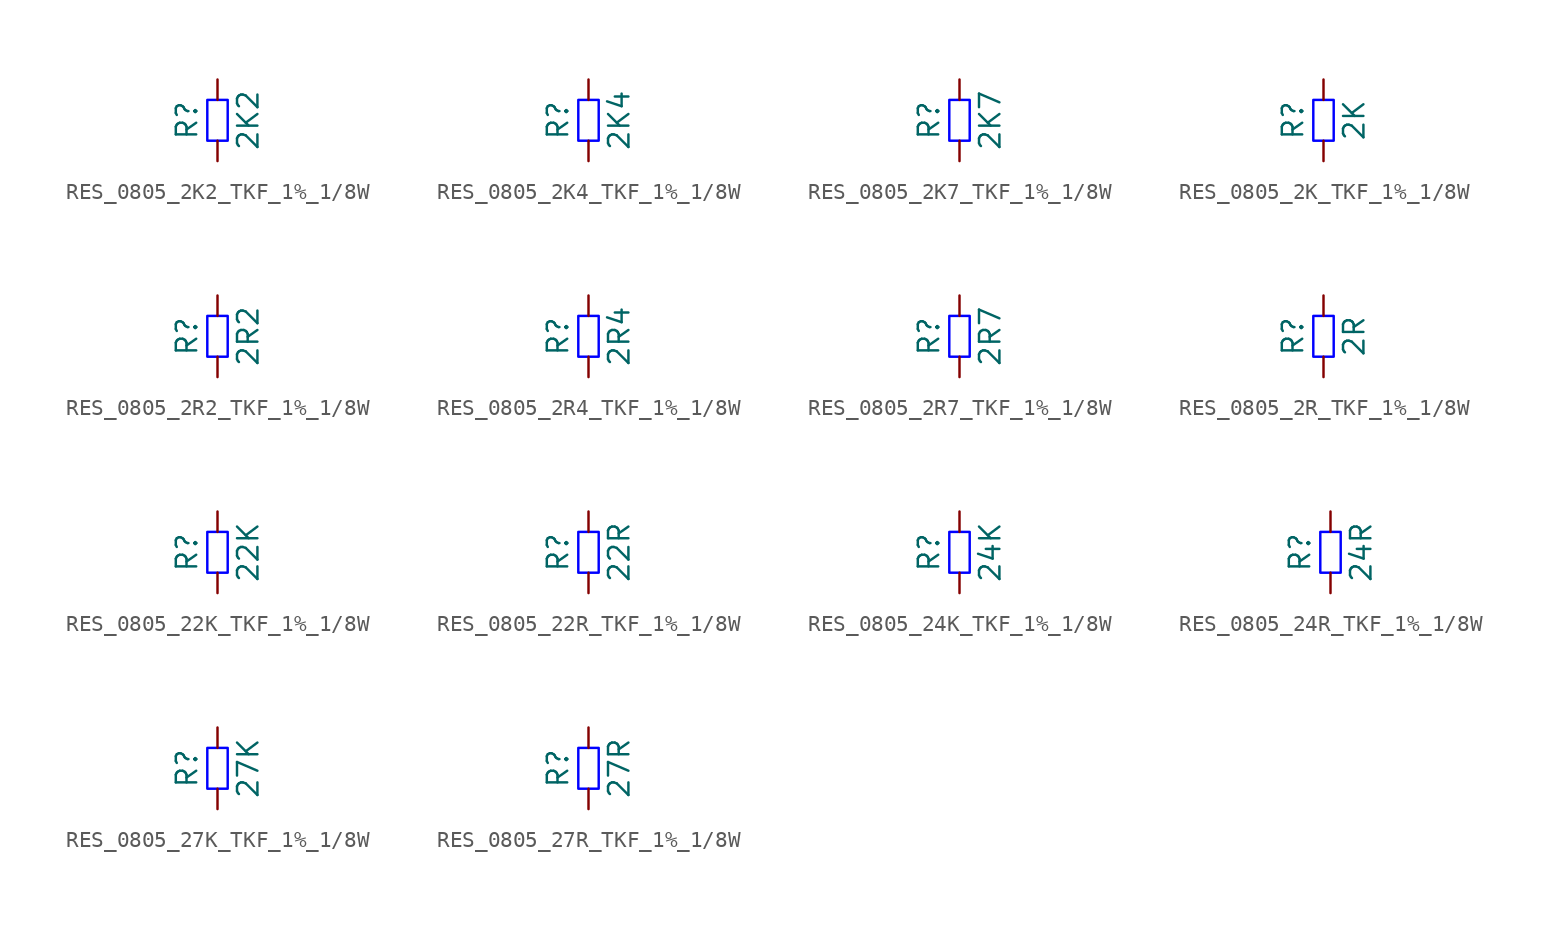
<source format=kicad_sym>
(kicad_symbol_lib
  (version 20220914)
  (generator kicad_symbol_editor)
  (symbol "RES_0805_2K2_TKF_1%_1/8W"
    (pin_numbers hide)
    (pin_names
      (offset 0) hide)
    (property "Reference" "R"
      (at -1.905 0 90)
      (do_not_autoplace)
      (effects (font (size 1.27 1.27))))
    (property "Value" "2K2"
      (at 1.905 0 90)
      (do_not_autoplace)
      (effects (font (size 1.27 1.27))))
    (symbol "RES_0805_2K2_TKF_1%_1/8W_1_1"
      (rectangle (start -0.635 -1.27) (end 0.635 1.27) (stroke (width 0) (type solid) (color 0 0 255 1)) (fill (type none)))
      (pin passive line (at 0 -2.54 90) (length 1.27) (name "~" (effects (font (size 1.27 1.27)))) (number "1" (effects (font (size 1.27 1.27)))))
      (pin passive line (at 0 2.54 270) (length 1.27) (name "~" (effects (font (size 1.27 1.27)))) (number "2" (effects (font (size 1.27 1.27)))))))
  (symbol "RES_0805_2K4_TKF_1%_1/8W"
    (pin_numbers hide)
    (pin_names
      (offset 0) hide)
    (property "Reference" "R"
      (at -1.905 0 90)
      (do_not_autoplace)
      (effects (font (size 1.27 1.27))))
    (property "Value" "2K4"
      (at 1.905 0 90)
      (do_not_autoplace)
      (effects (font (size 1.27 1.27))))
    (symbol "RES_0805_2K4_TKF_1%_1/8W_1_1"
      (rectangle (start -0.635 -1.27) (end 0.635 1.27) (stroke (width 0) (type solid) (color 0 0 255 1)) (fill (type none)))
      (pin passive line (at 0 -2.54 90) (length 1.27) (name "~" (effects (font (size 1.27 1.27)))) (number "1" (effects (font (size 1.27 1.27)))))
      (pin passive line (at 0 2.54 270) (length 1.27) (name "~" (effects (font (size 1.27 1.27)))) (number "2" (effects (font (size 1.27 1.27)))))))
  (symbol "RES_0805_2K7_TKF_1%_1/8W"
    (pin_numbers hide)
    (pin_names
      (offset 0) hide)
    (property "Reference" "R"
      (at -1.905 0 90)
      (do_not_autoplace)
      (effects (font (size 1.27 1.27))))
    (property "Value" "2K7"
      (at 1.905 0 90)
      (do_not_autoplace)
      (effects (font (size 1.27 1.27))))
    (symbol "RES_0805_2K7_TKF_1%_1/8W_1_1"
      (rectangle (start -0.635 -1.27) (end 0.635 1.27) (stroke (width 0) (type solid) (color 0 0 255 1)) (fill (type none)))
      (pin passive line (at 0 -2.54 90) (length 1.27) (name "~" (effects (font (size 1.27 1.27)))) (number "1" (effects (font (size 1.27 1.27)))))
      (pin passive line (at 0 2.54 270) (length 1.27) (name "~" (effects (font (size 1.27 1.27)))) (number "2" (effects (font (size 1.27 1.27)))))))
  (symbol "RES_0805_2K_TKF_1%_1/8W"
    (pin_numbers hide)
    (pin_names
      (offset 0) hide)
    (property "Reference" "R"
      (at -1.905 0 90)
      (do_not_autoplace)
      (effects (font (size 1.27 1.27))))
    (property "Value" "2K"
      (at 1.905 0 90)
      (do_not_autoplace)
      (effects (font (size 1.27 1.27))))
    (symbol "RES_0805_2K_TKF_1%_1/8W_1_1"
      (rectangle (start -0.635 -1.27) (end 0.635 1.27) (stroke (width 0) (type solid) (color 0 0 255 1)) (fill (type none)))
      (pin passive line (at 0 -2.54 90) (length 1.27) (name "~" (effects (font (size 1.27 1.27)))) (number "1" (effects (font (size 1.27 1.27)))))
      (pin passive line (at 0 2.54 270) (length 1.27) (name "~" (effects (font (size 1.27 1.27)))) (number "2" (effects (font (size 1.27 1.27)))))))
  (symbol "RES_0805_2R2_TKF_1%_1/8W"
    (pin_numbers hide)
    (pin_names
      (offset 0) hide)
    (property "Reference" "R"
      (at -1.905 0 90)
      (do_not_autoplace)
      (effects (font (size 1.27 1.27))))
    (property "Value" "2R2"
      (at 1.905 0 90)
      (do_not_autoplace)
      (effects (font (size 1.27 1.27))))
    (symbol "RES_0805_2R2_TKF_1%_1/8W_1_1"
      (rectangle (start -0.635 -1.27) (end 0.635 1.27) (stroke (width 0) (type solid) (color 0 0 255 1)) (fill (type none)))
      (pin passive line (at 0 -2.54 90) (length 1.27) (name "~" (effects (font (size 1.27 1.27)))) (number "1" (effects (font (size 1.27 1.27)))))
      (pin passive line (at 0 2.54 270) (length 1.27) (name "~" (effects (font (size 1.27 1.27)))) (number "2" (effects (font (size 1.27 1.27)))))))
  (symbol "RES_0805_2R4_TKF_1%_1/8W"
    (pin_numbers hide)
    (pin_names
      (offset 0) hide)
    (property "Reference" "R"
      (at -1.905 0 90)
      (do_not_autoplace)
      (effects (font (size 1.27 1.27))))
    (property "Value" "2R4"
      (at 1.905 0 90)
      (do_not_autoplace)
      (effects (font (size 1.27 1.27))))
    (symbol "RES_0805_2R4_TKF_1%_1/8W_1_1"
      (rectangle (start -0.635 -1.27) (end 0.635 1.27) (stroke (width 0) (type solid) (color 0 0 255 1)) (fill (type none)))
      (pin passive line (at 0 -2.54 90) (length 1.27) (name "~" (effects (font (size 1.27 1.27)))) (number "1" (effects (font (size 1.27 1.27)))))
      (pin passive line (at 0 2.54 270) (length 1.27) (name "~" (effects (font (size 1.27 1.27)))) (number "2" (effects (font (size 1.27 1.27)))))))
  (symbol "RES_0805_2R7_TKF_1%_1/8W"
    (pin_numbers hide)
    (pin_names
      (offset 0) hide)
    (property "Reference" "R"
      (at -1.905 0 90)
      (do_not_autoplace)
      (effects (font (size 1.27 1.27))))
    (property "Value" "2R7"
      (at 1.905 0 90)
      (do_not_autoplace)
      (effects (font (size 1.27 1.27))))
    (symbol "RES_0805_2R7_TKF_1%_1/8W_1_1"
      (rectangle (start -0.635 -1.27) (end 0.635 1.27) (stroke (width 0) (type solid) (color 0 0 255 1)) (fill (type none)))
      (pin passive line (at 0 -2.54 90) (length 1.27) (name "~" (effects (font (size 1.27 1.27)))) (number "1" (effects (font (size 1.27 1.27)))))
      (pin passive line (at 0 2.54 270) (length 1.27) (name "~" (effects (font (size 1.27 1.27)))) (number "2" (effects (font (size 1.27 1.27)))))))
  (symbol "RES_0805_2R_TKF_1%_1/8W"
    (pin_numbers hide)
    (pin_names
      (offset 0) hide)
    (property "Reference" "R"
      (at -1.905 0 90)
      (do_not_autoplace)
      (effects (font (size 1.27 1.27))))
    (property "Value" "2R"
      (at 1.905 0 90)
      (do_not_autoplace)
      (effects (font (size 1.27 1.27))))
    (symbol "RES_0805_2R_TKF_1%_1/8W_1_1"
      (rectangle (start -0.635 -1.27) (end 0.635 1.27) (stroke (width 0) (type solid) (color 0 0 255 1)) (fill (type none)))
      (pin passive line (at 0 -2.54 90) (length 1.27) (name "~" (effects (font (size 1.27 1.27)))) (number "1" (effects (font (size 1.27 1.27)))))
      (pin passive line (at 0 2.54 270) (length 1.27) (name "~" (effects (font (size 1.27 1.27)))) (number "2" (effects (font (size 1.27 1.27)))))))
  (symbol "RES_0805_22K_TKF_1%_1/8W"
    (pin_numbers hide)
    (pin_names
      (offset 0) hide)
    (property "Reference" "R"
      (at -1.905 0 90)
      (do_not_autoplace)
      (effects (font (size 1.27 1.27))))
    (property "Value" "22K"
      (at 1.905 0 90)
      (do_not_autoplace)
      (effects (font (size 1.27 1.27))))
    (symbol "RES_0805_22K_TKF_1%_1/8W_1_1"
      (rectangle (start -0.635 -1.27) (end 0.635 1.27) (stroke (width 0) (type solid) (color 0 0 255 1)) (fill (type none)))
      (pin passive line (at 0 -2.54 90) (length 1.27) (name "~" (effects (font (size 1.27 1.27)))) (number "1" (effects (font (size 1.27 1.27)))))
      (pin passive line (at 0 2.54 270) (length 1.27) (name "~" (effects (font (size 1.27 1.27)))) (number "2" (effects (font (size 1.27 1.27)))))))
  (symbol "RES_0805_22R_TKF_1%_1/8W"
    (pin_numbers hide)
    (pin_names
      (offset 0) hide)
    (property "Reference" "R"
      (at -1.905 0 90)
      (do_not_autoplace)
      (effects (font (size 1.27 1.27))))
    (property "Value" "22R"
      (at 1.905 0 90)
      (do_not_autoplace)
      (effects (font (size 1.27 1.27))))
    (symbol "RES_0805_22R_TKF_1%_1/8W_1_1"
      (rectangle (start -0.635 -1.27) (end 0.635 1.27) (stroke (width 0) (type solid) (color 0 0 255 1)) (fill (type none)))
      (pin passive line (at 0 -2.54 90) (length 1.27) (name "~" (effects (font (size 1.27 1.27)))) (number "1" (effects (font (size 1.27 1.27)))))
      (pin passive line (at 0 2.54 270) (length 1.27) (name "~" (effects (font (size 1.27 1.27)))) (number "2" (effects (font (size 1.27 1.27)))))))
  (symbol "RES_0805_24K_TKF_1%_1/8W"
    (pin_numbers hide)
    (pin_names
      (offset 0) hide)
    (property "Reference" "R"
      (at -1.905 0 90)
      (do_not_autoplace)
      (effects (font (size 1.27 1.27))))
    (property "Value" "24K"
      (at 1.905 0 90)
      (do_not_autoplace)
      (effects (font (size 1.27 1.27))))
    (symbol "RES_0805_24K_TKF_1%_1/8W_1_1"
      (rectangle (start -0.635 -1.27) (end 0.635 1.27) (stroke (width 0) (type solid) (color 0 0 255 1)) (fill (type none)))
      (pin passive line (at 0 -2.54 90) (length 1.27) (name "~" (effects (font (size 1.27 1.27)))) (number "1" (effects (font (size 1.27 1.27)))))
      (pin passive line (at 0 2.54 270) (length 1.27) (name "~" (effects (font (size 1.27 1.27)))) (number "2" (effects (font (size 1.27 1.27)))))))
  (symbol "RES_0805_24R_TKF_1%_1/8W"
    (pin_numbers hide)
    (pin_names
      (offset 0) hide)
    (property "Reference" "R"
      (at -1.905 0 90)
      (do_not_autoplace)
      (effects (font (size 1.27 1.27))))
    (property "Value" "24R"
      (at 1.905 0 90)
      (do_not_autoplace)
      (effects (font (size 1.27 1.27))))
    (symbol "RES_0805_24R_TKF_1%_1/8W_1_1"
      (rectangle (start -0.635 -1.27) (end 0.635 1.27) (stroke (width 0) (type solid) (color 0 0 255 1)) (fill (type none)))
      (pin passive line (at 0 -2.54 90) (length 1.27) (name "~" (effects (font (size 1.27 1.27)))) (number "1" (effects (font (size 1.27 1.27)))))
      (pin passive line (at 0 2.54 270) (length 1.27) (name "~" (effects (font (size 1.27 1.27)))) (number "2" (effects (font (size 1.27 1.27)))))))
  (symbol "RES_0805_27K_TKF_1%_1/8W"
    (pin_numbers hide)
    (pin_names
      (offset 0) hide)
    (property "Reference" "R"
      (at -1.905 0 90)
      (do_not_autoplace)
      (effects (font (size 1.27 1.27))))
    (property "Value" "27K"
      (at 1.905 0 90)
      (do_not_autoplace)
      (effects (font (size 1.27 1.27))))
    (symbol "RES_0805_27K_TKF_1%_1/8W_1_1"
      (rectangle (start -0.635 -1.27) (end 0.635 1.27) (stroke (width 0) (type solid) (color 0 0 255 1)) (fill (type none)))
      (pin passive line (at 0 -2.54 90) (length 1.27) (name "~" (effects (font (size 1.27 1.27)))) (number "1" (effects (font (size 1.27 1.27)))))
      (pin passive line (at 0 2.54 270) (length 1.27) (name "~" (effects (font (size 1.27 1.27)))) (number "2" (effects (font (size 1.27 1.27)))))))
  (symbol "RES_0805_27R_TKF_1%_1/8W"
    (pin_numbers hide)
    (pin_names
      (offset 0) hide)
    (property "Reference" "R"
      (at -1.905 0 90)
      (do_not_autoplace)
      (effects (font (size 1.27 1.27))))
    (property "Value" "27R"
      (at 1.905 0 90)
      (do_not_autoplace)
      (effects (font (size 1.27 1.27))))
    (symbol "RES_0805_27R_TKF_1%_1/8W_1_1"
      (rectangle (start -0.635 -1.27) (end 0.635 1.27) (stroke (width 0) (type solid) (color 0 0 255 1)) (fill (type none)))
      (pin passive line (at 0 -2.54 90) (length 1.27) (name "~" (effects (font (size 1.27 1.27)))) (number "1" (effects (font (size 1.27 1.27)))))
      (pin passive line (at 0 2.54 270) (length 1.27) (name "~" (effects (font (size 1.27 1.27)))) (number "2" (effects (font (size 1.27 1.27))))))))
</source>
